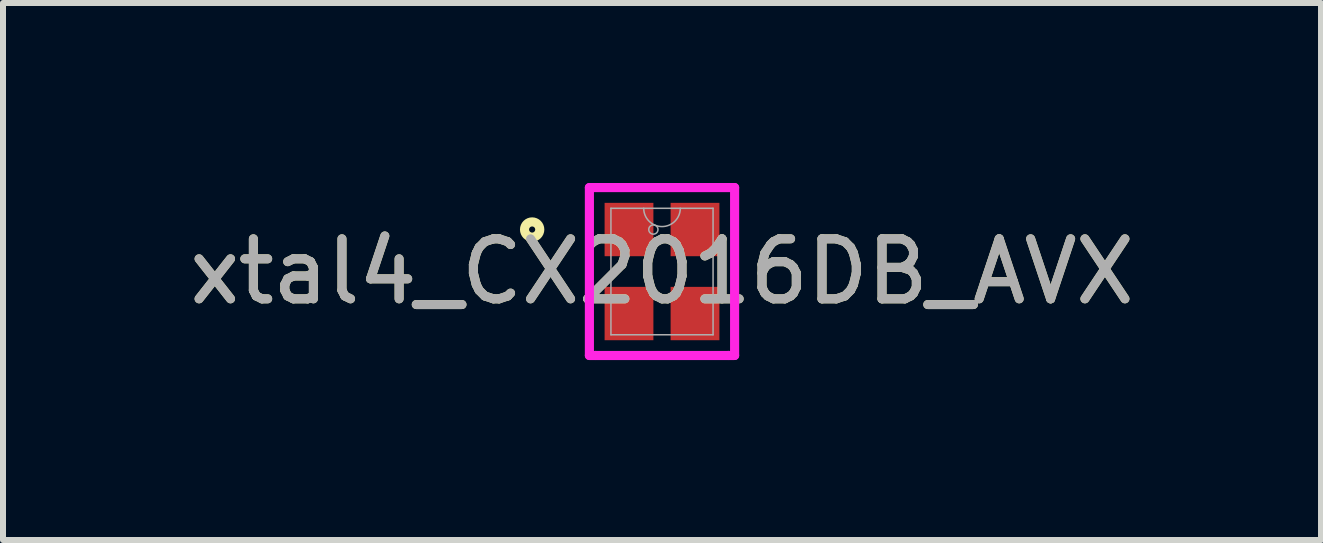
<source format=kicad_pcb>
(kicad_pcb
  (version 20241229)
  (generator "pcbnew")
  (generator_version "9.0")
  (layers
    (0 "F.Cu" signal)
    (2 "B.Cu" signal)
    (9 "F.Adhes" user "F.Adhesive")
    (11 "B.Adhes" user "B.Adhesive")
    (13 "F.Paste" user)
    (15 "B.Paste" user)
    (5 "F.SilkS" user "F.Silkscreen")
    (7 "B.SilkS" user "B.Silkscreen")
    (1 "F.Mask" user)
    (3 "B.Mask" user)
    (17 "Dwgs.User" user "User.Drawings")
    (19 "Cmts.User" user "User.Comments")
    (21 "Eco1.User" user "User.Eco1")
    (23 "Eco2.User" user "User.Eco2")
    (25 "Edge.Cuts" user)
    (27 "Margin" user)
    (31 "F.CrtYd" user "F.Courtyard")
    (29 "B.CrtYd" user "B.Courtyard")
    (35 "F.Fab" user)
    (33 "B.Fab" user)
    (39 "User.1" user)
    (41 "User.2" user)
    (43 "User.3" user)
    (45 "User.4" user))
  (footprint "xtal4_CX2016DB_AVX"
    (layer "F.Cu")
    (at 7.982 1.475)
    (property "Reference" "xtal4_CX2016DB_AVX" (at 0 0 0) (unlocked yes) (layer "F.SilkS") (effects (font (size 1 1) (thickness 0.15))))
    (attr smd)
    (fp_circle (center -2.164 -0.7) (end -2.037 -0.7) (stroke (width 0.152) (type solid)) (fill no) (layer "F.SilkS"))
    (fp_line (start -1.21 1.399) (end -1.21 -1.399) (stroke (width 0.152) (type solid)) (layer "F.CrtYd"))
    (fp_line (start -1.21 1.399) (end -1.105 1.399) (stroke (width 0.152) (type solid)) (layer "F.CrtYd"))
    (fp_line (start -1.105 1.399) (end -1.105 1.399) (stroke (width 0.152) (type solid)) (layer "F.CrtYd"))
    (fp_line (start 1.105 1.399) (end -1.105 1.399) (stroke (width 0.152) (type solid)) (layer "F.CrtYd"))
    (fp_line (start 1.105 1.399) (end 1.105 1.399) (stroke (width 0.152) (type solid)) (layer "F.CrtYd"))
    (fp_line (start 1.21 -1.399) (end -1.21 -1.399) (stroke (width 0.152) (type solid)) (layer "F.CrtYd"))
    (fp_line (start 1.21 -1.399) (end 1.21 1.399) (stroke (width 0.152) (type solid)) (layer "F.CrtYd"))
    (fp_line (start 1.21 1.399) (end 1.105 1.399) (stroke (width 0.152) (type solid)) (layer "F.CrtYd"))
    (fp_line (start -0.851 -1.054) (end -0.851 1.054) (stroke (width 0.025) (type solid)) (layer "F.Fab"))
    (fp_line (start -0.851 1.054) (end 0.851 1.054) (stroke (width 0.025) (type solid)) (layer "F.Fab"))
    (fp_line (start 0.851 -1.054) (end -0.851 -1.054) (stroke (width 0.025) (type solid)) (layer "F.Fab"))
    (fp_line (start 0.851 1.054) (end 0.851 -1.054) (stroke (width 0.025) (type solid)) (layer "F.Fab"))
    (fp_arc (start 0.3048 -1.0541) (mid 0 -0.7493) (end -0.3048 -1.0541) (stroke (width 0.0254) (type solid)) (layer "F.Fab"))
    (fp_circle (center -0.144 -0.7) (end -0.067 -0.7) (stroke (width 0.025) (type solid)) (fill no) (layer "F.Fab"))
    (fp_text user "${REFERENCE}" (at 0 0 0) (unlocked yes) (layer "F.Fab") (effects (font (size 1 1) (thickness 0.15))))
    (pad "1" smd rect (at -0.55 -0.7) (size 0.813 0.889) (layers "F.Cu" "F.Mask" "F.Paste"))
    (pad "2" smd rect (at -0.55 0.7) (size 0.813 0.889) (layers "F.Cu" "F.Mask" "F.Paste"))
    (pad "3" smd rect (at 0.55 0.7) (size 0.813 0.889) (layers "F.Cu" "F.Mask" "F.Paste"))
    (pad "4" smd rect (at 0.55 -0.7) (size 0.813 0.889) (layers "F.Cu" "F.Mask" "F.Paste")))
  (gr_rect
    (start -3 -3)
    (end 18.964 5.949)
    (stroke (width 0.1) (type default))
    (fill no)
    (layer "Edge.Cuts")))
</source>
